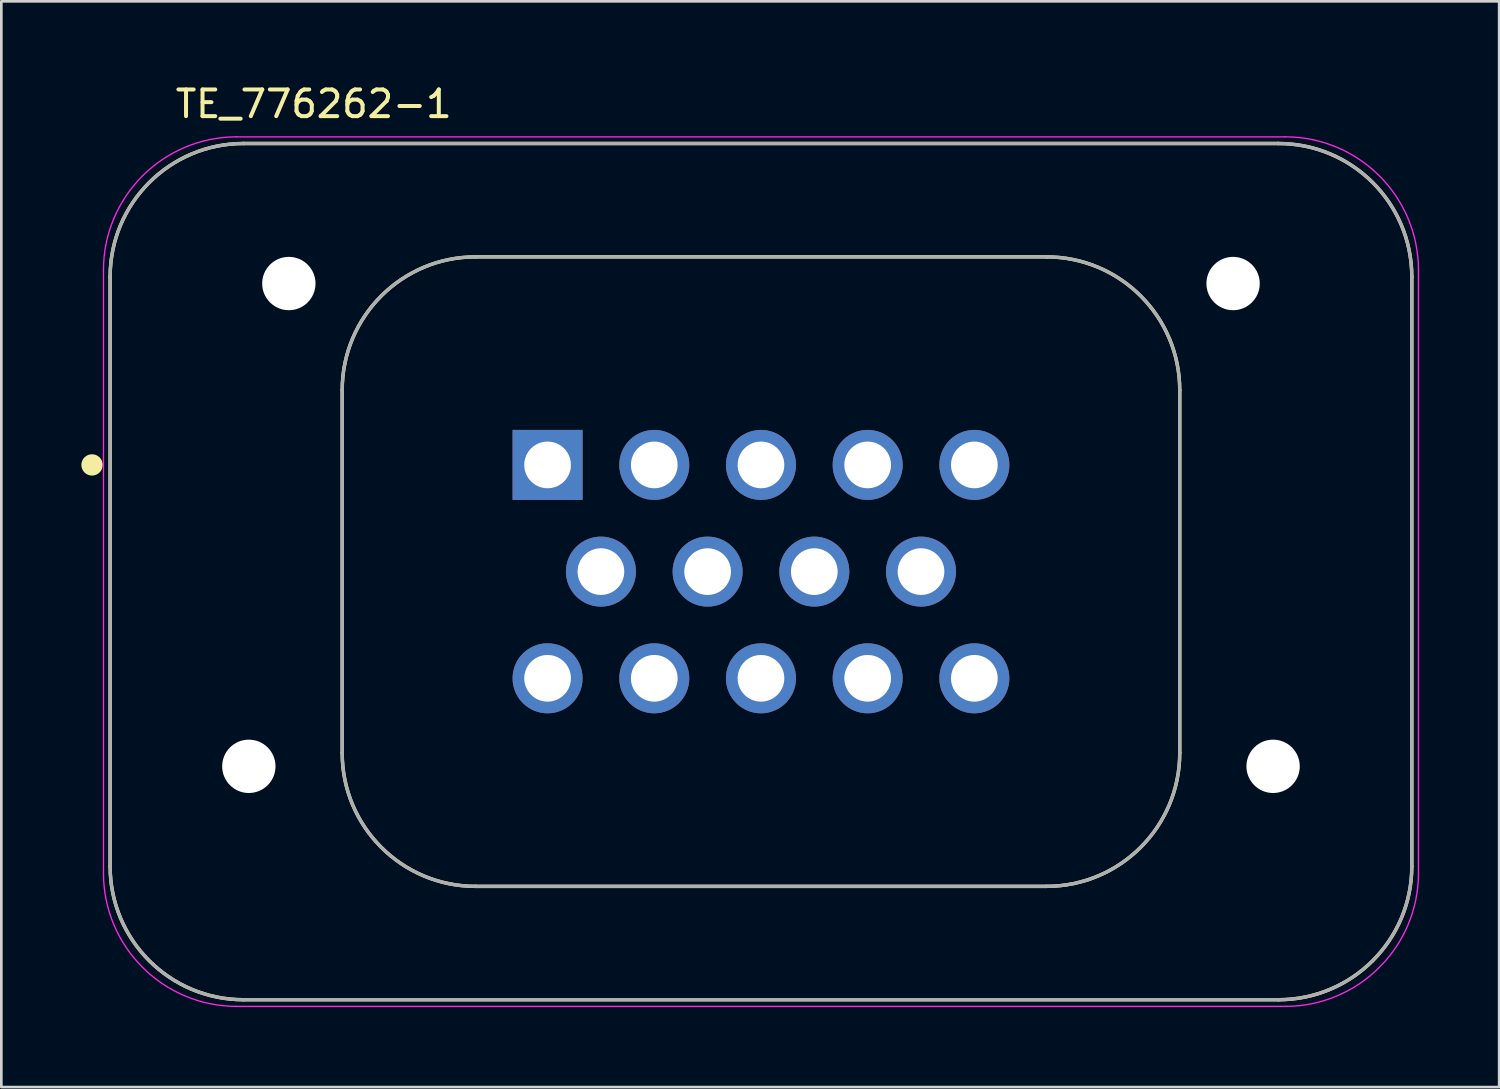
<source format=kicad_pcb>
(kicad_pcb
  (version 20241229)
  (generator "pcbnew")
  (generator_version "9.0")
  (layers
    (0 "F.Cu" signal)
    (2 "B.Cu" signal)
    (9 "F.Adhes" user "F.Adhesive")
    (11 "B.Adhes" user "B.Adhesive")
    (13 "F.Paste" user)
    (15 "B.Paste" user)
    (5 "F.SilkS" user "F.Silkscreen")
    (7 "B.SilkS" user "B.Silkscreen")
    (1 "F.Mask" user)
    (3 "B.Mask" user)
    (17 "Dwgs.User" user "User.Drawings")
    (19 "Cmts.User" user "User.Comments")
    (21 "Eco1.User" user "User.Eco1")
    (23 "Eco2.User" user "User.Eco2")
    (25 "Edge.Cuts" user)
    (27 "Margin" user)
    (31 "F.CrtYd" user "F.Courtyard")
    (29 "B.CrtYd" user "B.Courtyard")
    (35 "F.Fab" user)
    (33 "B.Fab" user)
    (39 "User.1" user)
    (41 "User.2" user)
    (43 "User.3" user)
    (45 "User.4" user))
  (footprint "TE_776262-1"
    (layer "F.Cu")
    (at 25.479 18.38)
    (property "Reference" "TE_776262-1" (at -16.769 -17.531 0) (layer "F.SilkS") (effects (font (size 1 1) (thickness 0.15))))
    (attr through_hole)
    (fp_line (start -24.4 -11.05) (end -24.4 11.05) (stroke (width 0.127) (type solid)) (layer "F.SilkS"))
    (fp_line (start -19.4 16.05) (end 19.4 16.05) (stroke (width 0.127) (type solid)) (layer "F.SilkS"))
    (fp_line (start -15.7 -6.8) (end -15.7 6.8) (stroke (width 0.127) (type solid)) (layer "F.SilkS"))
    (fp_line (start -10.7 11.8) (end 10.7 11.8) (stroke (width 0.127) (type solid)) (layer "F.SilkS"))
    (fp_line (start 10.7 -11.8) (end -10.7 -11.8) (stroke (width 0.127) (type solid)) (layer "F.SilkS"))
    (fp_line (start 15.7 6.8) (end 15.7 -6.8) (stroke (width 0.127) (type solid)) (layer "F.SilkS"))
    (fp_line (start 19.4 -16.05) (end -19.4 -16.05) (stroke (width 0.127) (type solid)) (layer "F.SilkS"))
    (fp_line (start 24.4 11.05) (end 24.4 -11.05) (stroke (width 0.127) (type solid)) (layer "F.SilkS"))
    (fp_arc (start -24.4 -11.05) (mid -22.935534 -14.585534) (end -19.4 -16.05) (stroke (width 0.127) (type solid)) (layer "F.SilkS"))
    (fp_arc (start -19.4 16.05) (mid -22.935534 14.585534) (end -24.4 11.05) (stroke (width 0.127) (type solid)) (layer "F.SilkS"))
    (fp_arc (start -15.7 -6.8) (mid -14.235534 -10.335534) (end -10.7 -11.8) (stroke (width 0.127) (type solid)) (layer "F.SilkS"))
    (fp_arc (start -10.7 11.8) (mid -14.235534 10.335534) (end -15.7 6.8) (stroke (width 0.127) (type solid)) (layer "F.SilkS"))
    (fp_arc (start 10.7 -11.8) (mid 14.235534 -10.335534) (end 15.7 -6.8) (stroke (width 0.127) (type solid)) (layer "F.SilkS"))
    (fp_arc (start 15.7 6.8) (mid 14.235534 10.335534) (end 10.7 11.8) (stroke (width 0.127) (type solid)) (layer "F.SilkS"))
    (fp_arc (start 19.4 -16.05) (mid 22.935534 -14.585534) (end 24.4 -11.05) (stroke (width 0.127) (type solid)) (layer "F.SilkS"))
    (fp_arc (start 24.4 11.05) (mid 22.935534 14.585534) (end 19.4 16.05) (stroke (width 0.127) (type solid)) (layer "F.SilkS"))
    (fp_circle (center -25.079 -4) (end -24.879 -4) (stroke (width 0.4) (type solid)) (fill no) (layer "F.SilkS"))
    (fp_line (start -24.65 11.3) (end -24.65 -11.3) (stroke (width 0.05) (type solid)) (layer "F.CrtYd"))
    (fp_line (start -19.65 -16.3) (end 19.65 -16.3) (stroke (width 0.05) (type solid)) (layer "F.CrtYd"))
    (fp_line (start 19.65 16.3) (end -19.65 16.3) (stroke (width 0.05) (type solid)) (layer "F.CrtYd"))
    (fp_line (start 24.65 -11.3) (end 24.65 11.3) (stroke (width 0.05) (type solid)) (layer "F.CrtYd"))
    (fp_arc (start -24.65 -11.3) (mid -23.185534 -14.835534) (end -19.65 -16.3) (stroke (width 0.05) (type solid)) (layer "F.CrtYd"))
    (fp_arc (start -19.65 16.3) (mid -23.185534 14.835534) (end -24.65 11.3) (stroke (width 0.05) (type solid)) (layer "F.CrtYd"))
    (fp_arc (start 19.65 -16.3) (mid 23.185534 -14.835534) (end 24.65 -11.3) (stroke (width 0.05) (type solid)) (layer "F.CrtYd"))
    (fp_arc (start 24.65 11.3) (mid 23.185534 14.835534) (end 19.65 16.3) (stroke (width 0.05) (type solid)) (layer "F.CrtYd"))
    (fp_line (start -24.4 -11.05) (end -24.4 11.05) (stroke (width 0.127) (type solid)) (layer "F.Fab"))
    (fp_line (start -19.4 16.05) (end 19.4 16.05) (stroke (width 0.127) (type solid)) (layer "F.Fab"))
    (fp_line (start -15.7 -6.8) (end -15.7 6.8) (stroke (width 0.127) (type solid)) (layer "F.Fab"))
    (fp_line (start -10.7 11.8) (end 10.7 11.8) (stroke (width 0.127) (type solid)) (layer "F.Fab"))
    (fp_line (start 10.7 -11.8) (end -10.7 -11.8) (stroke (width 0.127) (type solid)) (layer "F.Fab"))
    (fp_line (start 15.7 6.8) (end 15.7 -6.8) (stroke (width 0.127) (type solid)) (layer "F.Fab"))
    (fp_line (start 19.4 -16.05) (end -19.4 -16.05) (stroke (width 0.127) (type solid)) (layer "F.Fab"))
    (fp_line (start 24.4 11.05) (end 24.4 -11.05) (stroke (width 0.127) (type solid)) (layer "F.Fab"))
    (fp_arc (start -24.4 -11.05) (mid -22.935534 -14.585534) (end -19.4 -16.05) (stroke (width 0.127) (type solid)) (layer "F.Fab"))
    (fp_arc (start -19.4 16.05) (mid -22.935534 14.585534) (end -24.4 11.05) (stroke (width 0.127) (type solid)) (layer "F.Fab"))
    (fp_arc (start -15.7 -6.8) (mid -14.235534 -10.335534) (end -10.7 -11.8) (stroke (width 0.127) (type solid)) (layer "F.Fab"))
    (fp_arc (start -10.7 11.8) (mid -14.235534 10.335534) (end -15.7 6.8) (stroke (width 0.127) (type solid)) (layer "F.Fab"))
    (fp_arc (start 10.7 -11.8) (mid 14.235534 -10.335534) (end 15.7 -6.8) (stroke (width 0.127) (type solid)) (layer "F.Fab"))
    (fp_arc (start 15.7 6.8) (mid 14.235534 10.335534) (end 10.7 11.8) (stroke (width 0.127) (type solid)) (layer "F.Fab"))
    (fp_arc (start 19.4 -16.05) (mid 22.935534 -14.585534) (end 24.4 -11.05) (stroke (width 0.127) (type solid)) (layer "F.Fab"))
    (fp_arc (start 24.4 11.05) (mid 22.935534 14.585534) (end 19.4 16.05) (stroke (width 0.127) (type solid)) (layer "F.Fab"))
    (fp_circle (center -8 -4) (end -7.8 -4) (stroke (width 0.4) (type solid)) (fill no) (layer "F.Fab"))
    (pad "" np_thru_hole circle (at -19.2 7.3) (size 2 2) (drill 2) (layers "*.Cu" "*.Mask"))
    (pad "" np_thru_hole circle (at -17.7 -10.8) (size 2 2) (drill 2) (layers "*.Cu" "*.Mask"))
    (pad "" np_thru_hole circle (at 17.7 -10.8) (size 2 2) (drill 2) (layers "*.Cu" "*.Mask"))
    (pad "" np_thru_hole circle (at 19.2 7.3) (size 2 2) (drill 2) (layers "*.Cu" "*.Mask"))
    (pad "1" thru_hole rect (at -8 -4) (size 2.625 2.625) (drill 1.75) (layers "*.Cu" "*.Mask"))
    (pad "2" thru_hole circle (at -4 -4) (size 2.625 2.625) (drill 1.75) (layers "*.Cu" "*.Mask"))
    (pad "3" thru_hole circle (at 0 -4) (size 2.625 2.625) (drill 1.75) (layers "*.Cu" "*.Mask"))
    (pad "4" thru_hole circle (at 4 -4) (size 2.625 2.625) (drill 1.75) (layers "*.Cu" "*.Mask"))
    (pad "5" thru_hole circle (at 8 -4) (size 2.625 2.625) (drill 1.75) (layers "*.Cu" "*.Mask"))
    (pad "6" thru_hole circle (at -6 0) (size 2.625 2.625) (drill 1.75) (layers "*.Cu" "*.Mask"))
    (pad "7" thru_hole circle (at -2 0) (size 2.625 2.625) (drill 1.75) (layers "*.Cu" "*.Mask"))
    (pad "8" thru_hole circle (at 2 0) (size 2.625 2.625) (drill 1.75) (layers "*.Cu" "*.Mask"))
    (pad "9" thru_hole circle (at 6 0) (size 2.625 2.625) (drill 1.75) (layers "*.Cu" "*.Mask"))
    (pad "10" thru_hole circle (at -8 4) (size 2.625 2.625) (drill 1.75) (layers "*.Cu" "*.Mask"))
    (pad "11" thru_hole circle (at -4 4) (size 2.625 2.625) (drill 1.75) (layers "*.Cu" "*.Mask"))
    (pad "12" thru_hole circle (at 0 4) (size 2.625 2.625) (drill 1.75) (layers "*.Cu" "*.Mask"))
    (pad "13" thru_hole circle (at 4 4) (size 2.625 2.625) (drill 1.75) (layers "*.Cu" "*.Mask"))
    (pad "14" thru_hole circle (at 8 4) (size 2.625 2.625) (drill 1.75) (layers "*.Cu" "*.Mask")))
  (gr_rect
    (start -3 -3)
    (end 53.154 37.705)
    (stroke (width 0.1) (type default))
    (fill no)
    (layer "Edge.Cuts")))
</source>
